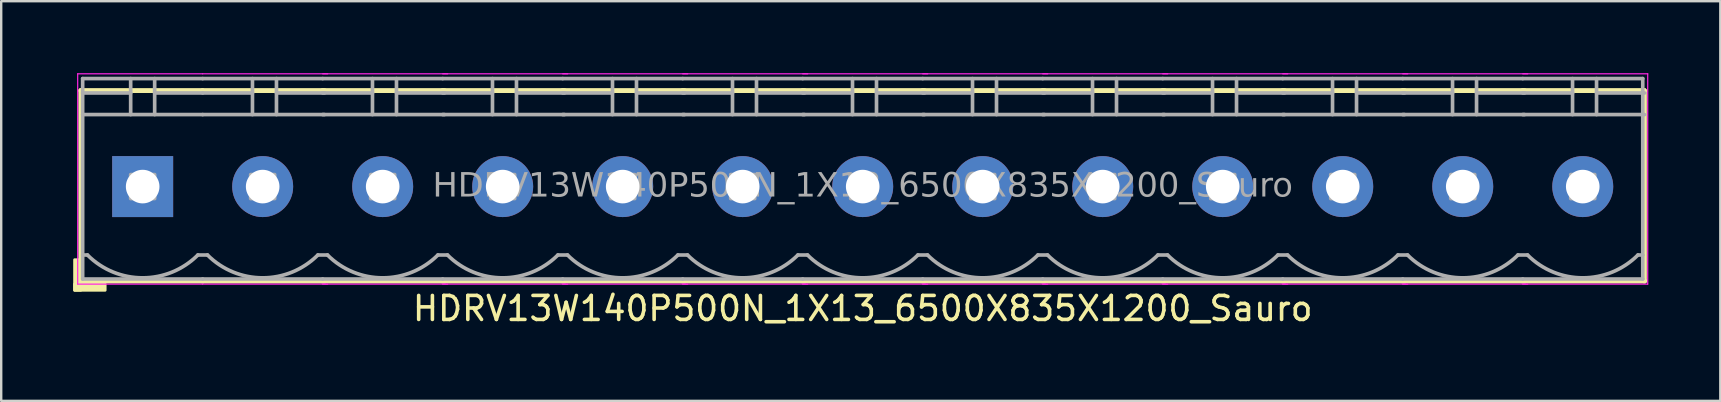
<source format=kicad_pcb>
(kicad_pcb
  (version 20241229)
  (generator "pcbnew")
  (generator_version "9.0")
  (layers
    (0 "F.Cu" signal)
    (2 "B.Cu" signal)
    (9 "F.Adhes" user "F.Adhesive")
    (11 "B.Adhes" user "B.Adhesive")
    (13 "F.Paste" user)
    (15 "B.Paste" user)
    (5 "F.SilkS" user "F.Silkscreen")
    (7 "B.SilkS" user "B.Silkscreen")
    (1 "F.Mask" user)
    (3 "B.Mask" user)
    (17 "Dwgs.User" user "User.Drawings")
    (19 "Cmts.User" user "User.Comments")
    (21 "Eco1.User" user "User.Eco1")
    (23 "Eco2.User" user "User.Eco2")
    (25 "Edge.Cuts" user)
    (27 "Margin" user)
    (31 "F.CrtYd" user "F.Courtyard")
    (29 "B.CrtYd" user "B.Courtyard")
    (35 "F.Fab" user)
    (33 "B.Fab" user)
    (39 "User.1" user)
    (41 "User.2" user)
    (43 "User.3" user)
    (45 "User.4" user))
  (footprint "HDRV13W140P500N_1X13_6500X835X1200_Sauro"
    (layer "F.Cu")
    (at 32.894 4.724)
    (property "Reference" "HDRV13W140P500N_1X13_6500X835X1200_Sauro" (at 0 5.08 0) (layer "F.SilkS") (effects (font (size 1 1) (thickness 0.15))))
    (attr through_hole)
    (fp_line (start -32.58 -4) (end -32.58 3.937) (stroke (width 0.203) (type solid)) (layer "F.SilkS"))
    (fp_line (start -32.58 3.937) (end -27.5 3.937) (stroke (width 0.203) (type solid)) (layer "F.SilkS"))
    (fp_line (start -27.505 -4) (end -32.58 -4) (stroke (width 0.203) (type solid)) (layer "F.SilkS"))
    (fp_line (start -27.5 3.937) (end -22.42 3.937) (stroke (width 0.203) (type solid)) (layer "F.SilkS"))
    (fp_line (start -22.5 3.937) (end -17.42 3.937) (stroke (width 0.203) (type solid)) (layer "F.SilkS"))
    (fp_line (start -22.43 -4) (end -27.505 -4) (stroke (width 0.203) (type solid)) (layer "F.SilkS"))
    (fp_line (start -17.5 3.937) (end -12.42 3.937) (stroke (width 0.203) (type solid)) (layer "F.SilkS"))
    (fp_line (start -17.43 -4) (end -22.505 -4) (stroke (width 0.203) (type solid)) (layer "F.SilkS"))
    (fp_line (start -12.5 3.937) (end -7.42 3.937) (stroke (width 0.203) (type solid)) (layer "F.SilkS"))
    (fp_line (start -12.43 -4) (end -17.505 -4) (stroke (width 0.203) (type solid)) (layer "F.SilkS"))
    (fp_line (start -7.5 3.937) (end -2.42 3.937) (stroke (width 0.203) (type solid)) (layer "F.SilkS"))
    (fp_line (start -7.43 -4) (end -12.505 -4) (stroke (width 0.203) (type solid)) (layer "F.SilkS"))
    (fp_line (start -2.5 3.937) (end 2.58 3.937) (stroke (width 0.203) (type solid)) (layer "F.SilkS"))
    (fp_line (start -2.43 -4) (end -7.505 -4) (stroke (width 0.203) (type solid)) (layer "F.SilkS"))
    (fp_line (start 2.5 3.937) (end 7.58 3.937) (stroke (width 0.203) (type solid)) (layer "F.SilkS"))
    (fp_line (start 2.57 -4) (end -2.505 -4) (stroke (width 0.203) (type solid)) (layer "F.SilkS"))
    (fp_line (start 7.5 3.937) (end 12.58 3.937) (stroke (width 0.203) (type solid)) (layer "F.SilkS"))
    (fp_line (start 7.57 -4) (end 2.495 -4) (stroke (width 0.203) (type solid)) (layer "F.SilkS"))
    (fp_line (start 12.5 3.937) (end 17.58 3.937) (stroke (width 0.203) (type solid)) (layer "F.SilkS"))
    (fp_line (start 12.57 -4) (end 7.495 -4) (stroke (width 0.203) (type solid)) (layer "F.SilkS"))
    (fp_line (start 17.5 3.937) (end 22.58 3.937) (stroke (width 0.203) (type solid)) (layer "F.SilkS"))
    (fp_line (start 17.57 -4) (end 12.495 -4) (stroke (width 0.203) (type solid)) (layer "F.SilkS"))
    (fp_line (start 22.5 3.937) (end 27.58 3.937) (stroke (width 0.203) (type solid)) (layer "F.SilkS"))
    (fp_line (start 22.57 -4) (end 17.495 -4) (stroke (width 0.203) (type solid)) (layer "F.SilkS"))
    (fp_line (start 27.5 3.937) (end 32.58 3.937) (stroke (width 0.203) (type solid)) (layer "F.SilkS"))
    (fp_line (start 27.57 -4) (end 22.495 -4) (stroke (width 0.203) (type solid)) (layer "F.SilkS"))
    (fp_line (start 32.57 -4) (end 27.495 -4) (stroke (width 0.203) (type solid)) (layer "F.SilkS"))
    (fp_line (start 32.57 -4) (end 32.57 3.937) (stroke (width 0.203) (type solid)) (layer "F.SilkS"))
    (fp_rect (start -32.58 3.048) (end -32.834 4.318) (stroke (width 0.12) (type solid)) (fill yes) (layer "F.SilkS"))
    (fp_rect (start -31.564 4.318) (end -32.834 4.064) (stroke (width 0.12) (type solid)) (fill yes) (layer "F.SilkS"))
    (fp_line (start -32.707 4.064) (end -32.707 -4.699) (stroke (width 0.05) (type solid)) (layer "F.CrtYd"))
    (fp_line (start -27.505 4.064) (end -32.707 4.064) (stroke (width 0.05) (type solid)) (layer "F.CrtYd"))
    (fp_line (start -27.5 -4.699) (end -32.707 -4.699) (stroke (width 0.05) (type solid)) (layer "F.CrtYd"))
    (fp_line (start -22.293 -4.699) (end -27.5 -4.699) (stroke (width 0.05) (type solid)) (layer "F.CrtYd"))
    (fp_line (start -22.293 4.064) (end -27.505 4.064) (stroke (width 0.05) (type solid)) (layer "F.CrtYd"))
    (fp_line (start -17.293 -4.699) (end -22.5 -4.699) (stroke (width 0.05) (type solid)) (layer "F.CrtYd"))
    (fp_line (start -17.293 4.064) (end -22.505 4.064) (stroke (width 0.05) (type solid)) (layer "F.CrtYd"))
    (fp_line (start -12.293 -4.699) (end -17.5 -4.699) (stroke (width 0.05) (type solid)) (layer "F.CrtYd"))
    (fp_line (start -12.293 4.064) (end -17.505 4.064) (stroke (width 0.05) (type solid)) (layer "F.CrtYd"))
    (fp_line (start -7.293 -4.699) (end -12.5 -4.699) (stroke (width 0.05) (type solid)) (layer "F.CrtYd"))
    (fp_line (start -7.293 4.064) (end -12.505 4.064) (stroke (width 0.05) (type solid)) (layer "F.CrtYd"))
    (fp_line (start -2.293 -4.699) (end -7.5 -4.699) (stroke (width 0.05) (type solid)) (layer "F.CrtYd"))
    (fp_line (start -2.293 4.064) (end -7.505 4.064) (stroke (width 0.05) (type solid)) (layer "F.CrtYd"))
    (fp_line (start 2.707 -4.699) (end -2.5 -4.699) (stroke (width 0.05) (type solid)) (layer "F.CrtYd"))
    (fp_line (start 2.707 4.064) (end -2.505 4.064) (stroke (width 0.05) (type solid)) (layer "F.CrtYd"))
    (fp_line (start 7.707 -4.699) (end 2.5 -4.699) (stroke (width 0.05) (type solid)) (layer "F.CrtYd"))
    (fp_line (start 7.707 4.064) (end 2.495 4.064) (stroke (width 0.05) (type solid)) (layer "F.CrtYd"))
    (fp_line (start 12.707 -4.699) (end 7.5 -4.699) (stroke (width 0.05) (type solid)) (layer "F.CrtYd"))
    (fp_line (start 12.707 4.064) (end 7.495 4.064) (stroke (width 0.05) (type solid)) (layer "F.CrtYd"))
    (fp_line (start 17.707 -4.699) (end 12.5 -4.699) (stroke (width 0.05) (type solid)) (layer "F.CrtYd"))
    (fp_line (start 17.707 4.064) (end 12.495 4.064) (stroke (width 0.05) (type solid)) (layer "F.CrtYd"))
    (fp_line (start 22.707 -4.699) (end 17.5 -4.699) (stroke (width 0.05) (type solid)) (layer "F.CrtYd"))
    (fp_line (start 22.707 4.064) (end 17.495 4.064) (stroke (width 0.05) (type solid)) (layer "F.CrtYd"))
    (fp_line (start 27.707 -4.699) (end 22.5 -4.699) (stroke (width 0.05) (type solid)) (layer "F.CrtYd"))
    (fp_line (start 27.707 4.064) (end 22.495 4.064) (stroke (width 0.05) (type solid)) (layer "F.CrtYd"))
    (fp_line (start 32.707 -4.699) (end 27.5 -4.699) (stroke (width 0.05) (type solid)) (layer "F.CrtYd"))
    (fp_line (start 32.707 -4.699) (end 32.707 4.064) (stroke (width 0.05) (type solid)) (layer "F.CrtYd"))
    (fp_line (start 32.707 4.064) (end 27.495 4.064) (stroke (width 0.05) (type solid)) (layer "F.CrtYd"))
    (fp_line (start -32.5 -4.5) (end -32.5 3.85) (stroke (width 0.152) (type solid)) (layer "F.Fab"))
    (fp_line (start -32.3 2.85) (end -32.5 2.85) (stroke (width 0.152) (type solid)) (layer "F.Fab"))
    (fp_line (start -30.5 -4.5) (end -30.5 -3) (stroke (width 0.152) (type default)) (layer "F.Fab"))
    (fp_line (start -30.5 -3.9) (end -32.5 -3.9) (stroke (width 0.152) (type solid)) (layer "F.Fab"))
    (fp_line (start -29.5 -4.5) (end -29.5 -3) (stroke (width 0.152) (type default)) (layer "F.Fab"))
    (fp_line (start -29.5 -3.9) (end -27.5 -3.9) (stroke (width 0.152) (type solid)) (layer "F.Fab"))
    (fp_line (start -27.7 2.85) (end -27.3 2.85) (stroke (width 0.152) (type solid)) (layer "F.Fab"))
    (fp_line (start -27.5 -4.5) (end -32.5 -4.5) (stroke (width 0.152) (type solid)) (layer "F.Fab"))
    (fp_line (start -27.5 -3) (end -32.5 -3) (stroke (width 0.152) (type solid)) (layer "F.Fab"))
    (fp_line (start -27.5 3.85) (end -32.5 3.85) (stroke (width 0.152) (type solid)) (layer "F.Fab"))
    (fp_line (start -27.5 3.85) (end -22.5 3.85) (stroke (width 0.152) (type solid)) (layer "F.Fab"))
    (fp_line (start -25.425 -4.5) (end -25.425 -3) (stroke (width 0.152) (type default)) (layer "F.Fab"))
    (fp_line (start -25.425 -3.9) (end -27.5 -3.9) (stroke (width 0.152) (type solid)) (layer "F.Fab"))
    (fp_line (start -24.425 -4.5) (end -24.425 -3) (stroke (width 0.152) (type default)) (layer "F.Fab"))
    (fp_line (start -24.425 -3.9) (end -22.425 -3.9) (stroke (width 0.152) (type solid)) (layer "F.Fab"))
    (fp_line (start -22.7 2.85) (end -22.3 2.85) (stroke (width 0.152) (type solid)) (layer "F.Fab"))
    (fp_line (start -22.5 -4.5) (end -27.5 -4.5) (stroke (width 0.152) (type solid)) (layer "F.Fab"))
    (fp_line (start -22.5 3.85) (end -17.5 3.85) (stroke (width 0.152) (type solid)) (layer "F.Fab"))
    (fp_line (start -22.425 -3) (end -27.5 -3) (stroke (width 0.152) (type solid)) (layer "F.Fab"))
    (fp_line (start -20.425 -4.5) (end -20.425 -3) (stroke (width 0.152) (type default)) (layer "F.Fab"))
    (fp_line (start -20.425 -3.9) (end -22.5 -3.9) (stroke (width 0.152) (type solid)) (layer "F.Fab"))
    (fp_line (start -19.425 -4.5) (end -19.425 -3) (stroke (width 0.152) (type default)) (layer "F.Fab"))
    (fp_line (start -19.425 -3.9) (end -17.425 -3.9) (stroke (width 0.152) (type solid)) (layer "F.Fab"))
    (fp_line (start -17.7 2.85) (end -17.3 2.85) (stroke (width 0.152) (type solid)) (layer "F.Fab"))
    (fp_line (start -17.5 -4.5) (end -22.5 -4.5) (stroke (width 0.152) (type solid)) (layer "F.Fab"))
    (fp_line (start -17.5 3.85) (end -12.5 3.85) (stroke (width 0.152) (type solid)) (layer "F.Fab"))
    (fp_line (start -17.425 -3) (end -22.5 -3) (stroke (width 0.152) (type solid)) (layer "F.Fab"))
    (fp_line (start -15.425 -4.5) (end -15.425 -3) (stroke (width 0.152) (type default)) (layer "F.Fab"))
    (fp_line (start -15.425 -3.9) (end -17.5 -3.9) (stroke (width 0.152) (type solid)) (layer "F.Fab"))
    (fp_line (start -14.425 -4.5) (end -14.425 -3) (stroke (width 0.152) (type default)) (layer "F.Fab"))
    (fp_line (start -14.425 -3.9) (end -12.425 -3.9) (stroke (width 0.152) (type solid)) (layer "F.Fab"))
    (fp_line (start -12.7 2.85) (end -12.3 2.85) (stroke (width 0.152) (type solid)) (layer "F.Fab"))
    (fp_line (start -12.5 -4.5) (end -17.5 -4.5) (stroke (width 0.152) (type solid)) (layer "F.Fab"))
    (fp_line (start -12.5 3.85) (end -7.5 3.85) (stroke (width 0.152) (type solid)) (layer "F.Fab"))
    (fp_line (start -12.425 -3) (end -17.5 -3) (stroke (width 0.152) (type solid)) (layer "F.Fab"))
    (fp_line (start -10.425 -4.5) (end -10.425 -3) (stroke (width 0.152) (type default)) (layer "F.Fab"))
    (fp_line (start -10.425 -3.9) (end -12.5 -3.9) (stroke (width 0.152) (type solid)) (layer "F.Fab"))
    (fp_line (start -9.425 -4.5) (end -9.425 -3) (stroke (width 0.152) (type default)) (layer "F.Fab"))
    (fp_line (start -9.425 -3.9) (end -7.425 -3.9) (stroke (width 0.152) (type solid)) (layer "F.Fab"))
    (fp_line (start -7.7 2.85) (end -7.3 2.85) (stroke (width 0.152) (type solid)) (layer "F.Fab"))
    (fp_line (start -7.5 -4.5) (end -12.5 -4.5) (stroke (width 0.152) (type solid)) (layer "F.Fab"))
    (fp_line (start -7.5 3.85) (end -2.5 3.85) (stroke (width 0.152) (type solid)) (layer "F.Fab"))
    (fp_line (start -7.425 -3) (end -12.5 -3) (stroke (width 0.152) (type solid)) (layer "F.Fab"))
    (fp_line (start -5.425 -4.5) (end -5.425 -3) (stroke (width 0.152) (type default)) (layer "F.Fab"))
    (fp_line (start -5.425 -3.9) (end -7.5 -3.9) (stroke (width 0.152) (type solid)) (layer "F.Fab"))
    (fp_line (start -4.425 -4.5) (end -4.425 -3) (stroke (width 0.152) (type default)) (layer "F.Fab"))
    (fp_line (start -4.425 -3.9) (end -2.425 -3.9) (stroke (width 0.152) (type solid)) (layer "F.Fab"))
    (fp_line (start -2.7 2.85) (end -2.3 2.85) (stroke (width 0.152) (type solid)) (layer "F.Fab"))
    (fp_line (start -2.5 -4.5) (end -7.5 -4.5) (stroke (width 0.152) (type solid)) (layer "F.Fab"))
    (fp_line (start -2.5 3.85) (end 2.5 3.85) (stroke (width 0.152) (type solid)) (layer "F.Fab"))
    (fp_line (start -2.425 -3) (end -7.5 -3) (stroke (width 0.152) (type solid)) (layer "F.Fab"))
    (fp_line (start -0.425 -4.5) (end -0.425 -3) (stroke (width 0.152) (type default)) (layer "F.Fab"))
    (fp_line (start -0.425 -3.9) (end -2.5 -3.9) (stroke (width 0.152) (type solid)) (layer "F.Fab"))
    (fp_line (start 0.575 -4.5) (end 0.575 -3) (stroke (width 0.152) (type default)) (layer "F.Fab"))
    (fp_line (start 0.575 -3.9) (end 2.575 -3.9) (stroke (width 0.152) (type solid)) (layer "F.Fab"))
    (fp_line (start 2.3 2.85) (end 2.7 2.85) (stroke (width 0.152) (type solid)) (layer "F.Fab"))
    (fp_line (start 2.5 -4.5) (end -2.5 -4.5) (stroke (width 0.152) (type solid)) (layer "F.Fab"))
    (fp_line (start 2.5 3.85) (end 7.5 3.85) (stroke (width 0.152) (type solid)) (layer "F.Fab"))
    (fp_line (start 2.575 -3) (end -2.5 -3) (stroke (width 0.152) (type solid)) (layer "F.Fab"))
    (fp_line (start 4.575 -4.5) (end 4.575 -3) (stroke (width 0.152) (type default)) (layer "F.Fab"))
    (fp_line (start 4.575 -3.9) (end 2.5 -3.9) (stroke (width 0.152) (type solid)) (layer "F.Fab"))
    (fp_line (start 5.575 -4.5) (end 5.575 -3) (stroke (width 0.152) (type default)) (layer "F.Fab"))
    (fp_line (start 5.575 -3.9) (end 7.575 -3.9) (stroke (width 0.152) (type solid)) (layer "F.Fab"))
    (fp_line (start 7.3 2.85) (end 7.7 2.85) (stroke (width 0.152) (type solid)) (layer "F.Fab"))
    (fp_line (start 7.5 -4.5) (end 2.5 -4.5) (stroke (width 0.152) (type solid)) (layer "F.Fab"))
    (fp_line (start 7.5 3.85) (end 12.5 3.85) (stroke (width 0.152) (type solid)) (layer "F.Fab"))
    (fp_line (start 7.575 -3) (end 2.5 -3) (stroke (width 0.152) (type solid)) (layer "F.Fab"))
    (fp_line (start 9.575 -4.5) (end 9.575 -3) (stroke (width 0.152) (type default)) (layer "F.Fab"))
    (fp_line (start 9.575 -3.9) (end 7.5 -3.9) (stroke (width 0.152) (type solid)) (layer "F.Fab"))
    (fp_line (start 10.575 -4.5) (end 10.575 -3) (stroke (width 0.152) (type default)) (layer "F.Fab"))
    (fp_line (start 10.575 -3.9) (end 12.575 -3.9) (stroke (width 0.152) (type solid)) (layer "F.Fab"))
    (fp_line (start 12.3 2.85) (end 12.7 2.85) (stroke (width 0.152) (type solid)) (layer "F.Fab"))
    (fp_line (start 12.5 -4.5) (end 7.5 -4.5) (stroke (width 0.152) (type solid)) (layer "F.Fab"))
    (fp_line (start 12.5 3.85) (end 17.5 3.85) (stroke (width 0.152) (type solid)) (layer "F.Fab"))
    (fp_line (start 12.575 -3) (end 7.5 -3) (stroke (width 0.152) (type solid)) (layer "F.Fab"))
    (fp_line (start 14.575 -4.5) (end 14.575 -3) (stroke (width 0.152) (type default)) (layer "F.Fab"))
    (fp_line (start 14.575 -3.9) (end 12.5 -3.9) (stroke (width 0.152) (type solid)) (layer "F.Fab"))
    (fp_line (start 15.575 -4.5) (end 15.575 -3) (stroke (width 0.152) (type default)) (layer "F.Fab"))
    (fp_line (start 15.575 -3.9) (end 17.575 -3.9) (stroke (width 0.152) (type solid)) (layer "F.Fab"))
    (fp_line (start 17.3 2.85) (end 17.7 2.85) (stroke (width 0.152) (type solid)) (layer "F.Fab"))
    (fp_line (start 17.5 -4.5) (end 12.5 -4.5) (stroke (width 0.152) (type solid)) (layer "F.Fab"))
    (fp_line (start 17.5 3.85) (end 22.5 3.85) (stroke (width 0.152) (type solid)) (layer "F.Fab"))
    (fp_line (start 17.575 -3) (end 12.5 -3) (stroke (width 0.152) (type solid)) (layer "F.Fab"))
    (fp_line (start 19.575 -4.5) (end 19.575 -3) (stroke (width 0.152) (type default)) (layer "F.Fab"))
    (fp_line (start 19.575 -3.9) (end 17.5 -3.9) (stroke (width 0.152) (type solid)) (layer "F.Fab"))
    (fp_line (start 20.575 -4.5) (end 20.575 -3) (stroke (width 0.152) (type default)) (layer "F.Fab"))
    (fp_line (start 20.575 -3.9) (end 22.575 -3.9) (stroke (width 0.152) (type solid)) (layer "F.Fab"))
    (fp_line (start 22.3 2.85) (end 22.7 2.85) (stroke (width 0.152) (type solid)) (layer "F.Fab"))
    (fp_line (start 22.5 -4.5) (end 17.5 -4.5) (stroke (width 0.152) (type solid)) (layer "F.Fab"))
    (fp_line (start 22.5 3.85) (end 27.5 3.85) (stroke (width 0.152) (type solid)) (layer "F.Fab"))
    (fp_line (start 22.575 -3) (end 17.5 -3) (stroke (width 0.152) (type solid)) (layer "F.Fab"))
    (fp_line (start 24.575 -4.5) (end 24.575 -3) (stroke (width 0.152) (type default)) (layer "F.Fab"))
    (fp_line (start 24.575 -3.9) (end 22.5 -3.9) (stroke (width 0.152) (type solid)) (layer "F.Fab"))
    (fp_line (start 25.575 -4.5) (end 25.575 -3) (stroke (width 0.152) (type default)) (layer "F.Fab"))
    (fp_line (start 25.575 -3.9) (end 27.575 -3.9) (stroke (width 0.152) (type solid)) (layer "F.Fab"))
    (fp_line (start 27.3 2.85) (end 27.7 2.85) (stroke (width 0.152) (type solid)) (layer "F.Fab"))
    (fp_line (start 27.5 -4.5) (end 22.5 -4.5) (stroke (width 0.152) (type solid)) (layer "F.Fab"))
    (fp_line (start 27.5 3.85) (end 32.5 3.85) (stroke (width 0.152) (type solid)) (layer "F.Fab"))
    (fp_line (start 27.575 -3) (end 22.5 -3) (stroke (width 0.152) (type solid)) (layer "F.Fab"))
    (fp_line (start 29.575 -4.5) (end 29.575 -3) (stroke (width 0.152) (type default)) (layer "F.Fab"))
    (fp_line (start 29.575 -3.9) (end 27.5 -3.9) (stroke (width 0.152) (type solid)) (layer "F.Fab"))
    (fp_line (start 30.575 -4.5) (end 30.575 -3) (stroke (width 0.152) (type default)) (layer "F.Fab"))
    (fp_line (start 30.575 -3.9) (end 32.575 -3.9) (stroke (width 0.152) (type solid)) (layer "F.Fab"))
    (fp_line (start 32.5 -4.5) (end 27.5 -4.5) (stroke (width 0.152) (type solid)) (layer "F.Fab"))
    (fp_line (start 32.5 -4.5) (end 32.5 3.85) (stroke (width 0.152) (type solid)) (layer "F.Fab"))
    (fp_line (start 32.5 2.85) (end 32.3 2.85) (stroke (width 0.152) (type solid)) (layer "F.Fab"))
    (fp_line (start 32.575 -3) (end 27.5 -3) (stroke (width 0.152) (type solid)) (layer "F.Fab"))
    (fp_rect (start -30.5 -0.5) (end -29.5 0.5) (stroke (width 0.152) (type solid)) (fill no) (layer "F.Fab"))
    (fp_rect (start -25.5 -0.5) (end -24.5 0.5) (stroke (width 0.152) (type solid)) (fill no) (layer "F.Fab"))
    (fp_rect (start -20.5 -0.5) (end -19.5 0.5) (stroke (width 0.152) (type solid)) (fill no) (layer "F.Fab"))
    (fp_rect (start -15.5 -0.5) (end -14.5 0.5) (stroke (width 0.152) (type solid)) (fill no) (layer "F.Fab"))
    (fp_rect (start -10.5 -0.5) (end -9.5 0.5) (stroke (width 0.152) (type solid)) (fill no) (layer "F.Fab"))
    (fp_rect (start -5.5 -0.5) (end -4.5 0.5) (stroke (width 0.152) (type solid)) (fill no) (layer "F.Fab"))
    (fp_rect (start -0.5 -0.5) (end 0.5 0.5) (stroke (width 0.152) (type solid)) (fill no) (layer "F.Fab"))
    (fp_rect (start 4.5 -0.5) (end 5.5 0.5) (stroke (width 0.152) (type solid)) (fill no) (layer "F.Fab"))
    (fp_rect (start 9.5 -0.5) (end 10.5 0.5) (stroke (width 0.152) (type solid)) (fill no) (layer "F.Fab"))
    (fp_rect (start 14.5 -0.5) (end 15.5 0.5) (stroke (width 0.152) (type solid)) (fill no) (layer "F.Fab"))
    (fp_rect (start 19.5 -0.5) (end 20.5 0.5) (stroke (width 0.152) (type solid)) (fill no) (layer "F.Fab"))
    (fp_rect (start 24.5 -0.5) (end 25.5 0.5) (stroke (width 0.152) (type solid)) (fill no) (layer "F.Fab"))
    (fp_rect (start 29.5 -0.5) (end 30.5 0.5) (stroke (width 0.152) (type solid)) (fill no) (layer "F.Fab"))
    (fp_arc (start -27.7 2.85) (mid -30 3.802691) (end -32.3 2.85) (stroke (width 0.1524) (type default)) (layer "F.Fab"))
    (fp_arc (start -22.7 2.85) (mid -25 3.802691) (end -27.3 2.85) (stroke (width 0.1524) (type default)) (layer "F.Fab"))
    (fp_arc (start -17.7 2.85) (mid -20 3.802691) (end -22.3 2.85) (stroke (width 0.1524) (type default)) (layer "F.Fab"))
    (fp_arc (start -12.7 2.85) (mid -15 3.802691) (end -17.3 2.85) (stroke (width 0.1524) (type default)) (layer "F.Fab"))
    (fp_arc (start -7.7 2.85) (mid -10 3.802691) (end -12.3 2.85) (stroke (width 0.1524) (type default)) (layer "F.Fab"))
    (fp_arc (start -2.7 2.85) (mid -5 3.802691) (end -7.3 2.85) (stroke (width 0.1524) (type default)) (layer "F.Fab"))
    (fp_arc (start 2.3 2.85) (mid 0 3.802691) (end -2.3 2.85) (stroke (width 0.1524) (type default)) (layer "F.Fab"))
    (fp_arc (start 7.3 2.85) (mid 5 3.802691) (end 2.7 2.85) (stroke (width 0.1524) (type default)) (layer "F.Fab"))
    (fp_arc (start 12.3 2.85) (mid 10 3.802691) (end 7.7 2.85) (stroke (width 0.1524) (type default)) (layer "F.Fab"))
    (fp_arc (start 17.3 2.85) (mid 15 3.802691) (end 12.7 2.85) (stroke (width 0.1524) (type default)) (layer "F.Fab"))
    (fp_arc (start 22.3 2.85) (mid 20 3.802691) (end 17.7 2.85) (stroke (width 0.1524) (type default)) (layer "F.Fab"))
    (fp_arc (start 27.3 2.85) (mid 25 3.802691) (end 22.7 2.85) (stroke (width 0.1524) (type default)) (layer "F.Fab"))
    (fp_arc (start 32.3 2.85) (mid 30 3.802691) (end 27.7 2.85) (stroke (width 0.1524) (type default)) (layer "F.Fab"))
    (fp_text user "${REFERENCE}" (at 0 0 0) (layer "F.Fab") (effects (font (face "Tahoma") (size 1 1) (thickness 0.15))))
    (pad "1" thru_hole rect (at -30 0) (size 2.54 2.54) (drill 1.4) (layers "*.Cu" "*.Mask"))
    (pad "2" thru_hole circle (at -25 0) (size 2.54 2.54) (drill 1.4) (layers "*.Cu" "*.Mask"))
    (pad "3" thru_hole circle (at -20 0) (size 2.54 2.54) (drill 1.4) (layers "*.Cu" "*.Mask"))
    (pad "4" thru_hole circle (at -15 0) (size 2.54 2.54) (drill 1.4) (layers "*.Cu" "*.Mask"))
    (pad "5" thru_hole circle (at -10 0) (size 2.54 2.54) (drill 1.4) (layers "*.Cu" "*.Mask"))
    (pad "6" thru_hole circle (at -5 0) (size 2.54 2.54) (drill 1.4) (layers "*.Cu" "*.Mask"))
    (pad "7" thru_hole circle (at 0 0) (size 2.54 2.54) (drill 1.4) (layers "*.Cu" "*.Mask"))
    (pad "8" thru_hole circle (at 5 0) (size 2.54 2.54) (drill 1.4) (layers "*.Cu" "*.Mask"))
    (pad "9" thru_hole circle (at 10 0) (size 2.54 2.54) (drill 1.4) (layers "*.Cu" "*.Mask"))
    (pad "10" thru_hole circle (at 15 0) (size 2.54 2.54) (drill 1.4) (layers "*.Cu" "*.Mask"))
    (pad "11" thru_hole circle (at 20 0) (size 2.54 2.54) (drill 1.4) (layers "*.Cu" "*.Mask"))
    (pad "12" thru_hole circle (at 25 0) (size 2.54 2.54) (drill 1.4) (layers "*.Cu" "*.Mask"))
    (pad "13" thru_hole circle (at 30 0) (size 2.54 2.54) (drill 1.4) (layers "*.Cu" "*.Mask")))
  (gr_rect
    (start -3 -3)
    (end 68.626 13.652)
    (stroke (width 0.1) (type default))
    (fill no)
    (layer "Edge.Cuts")))
</source>
